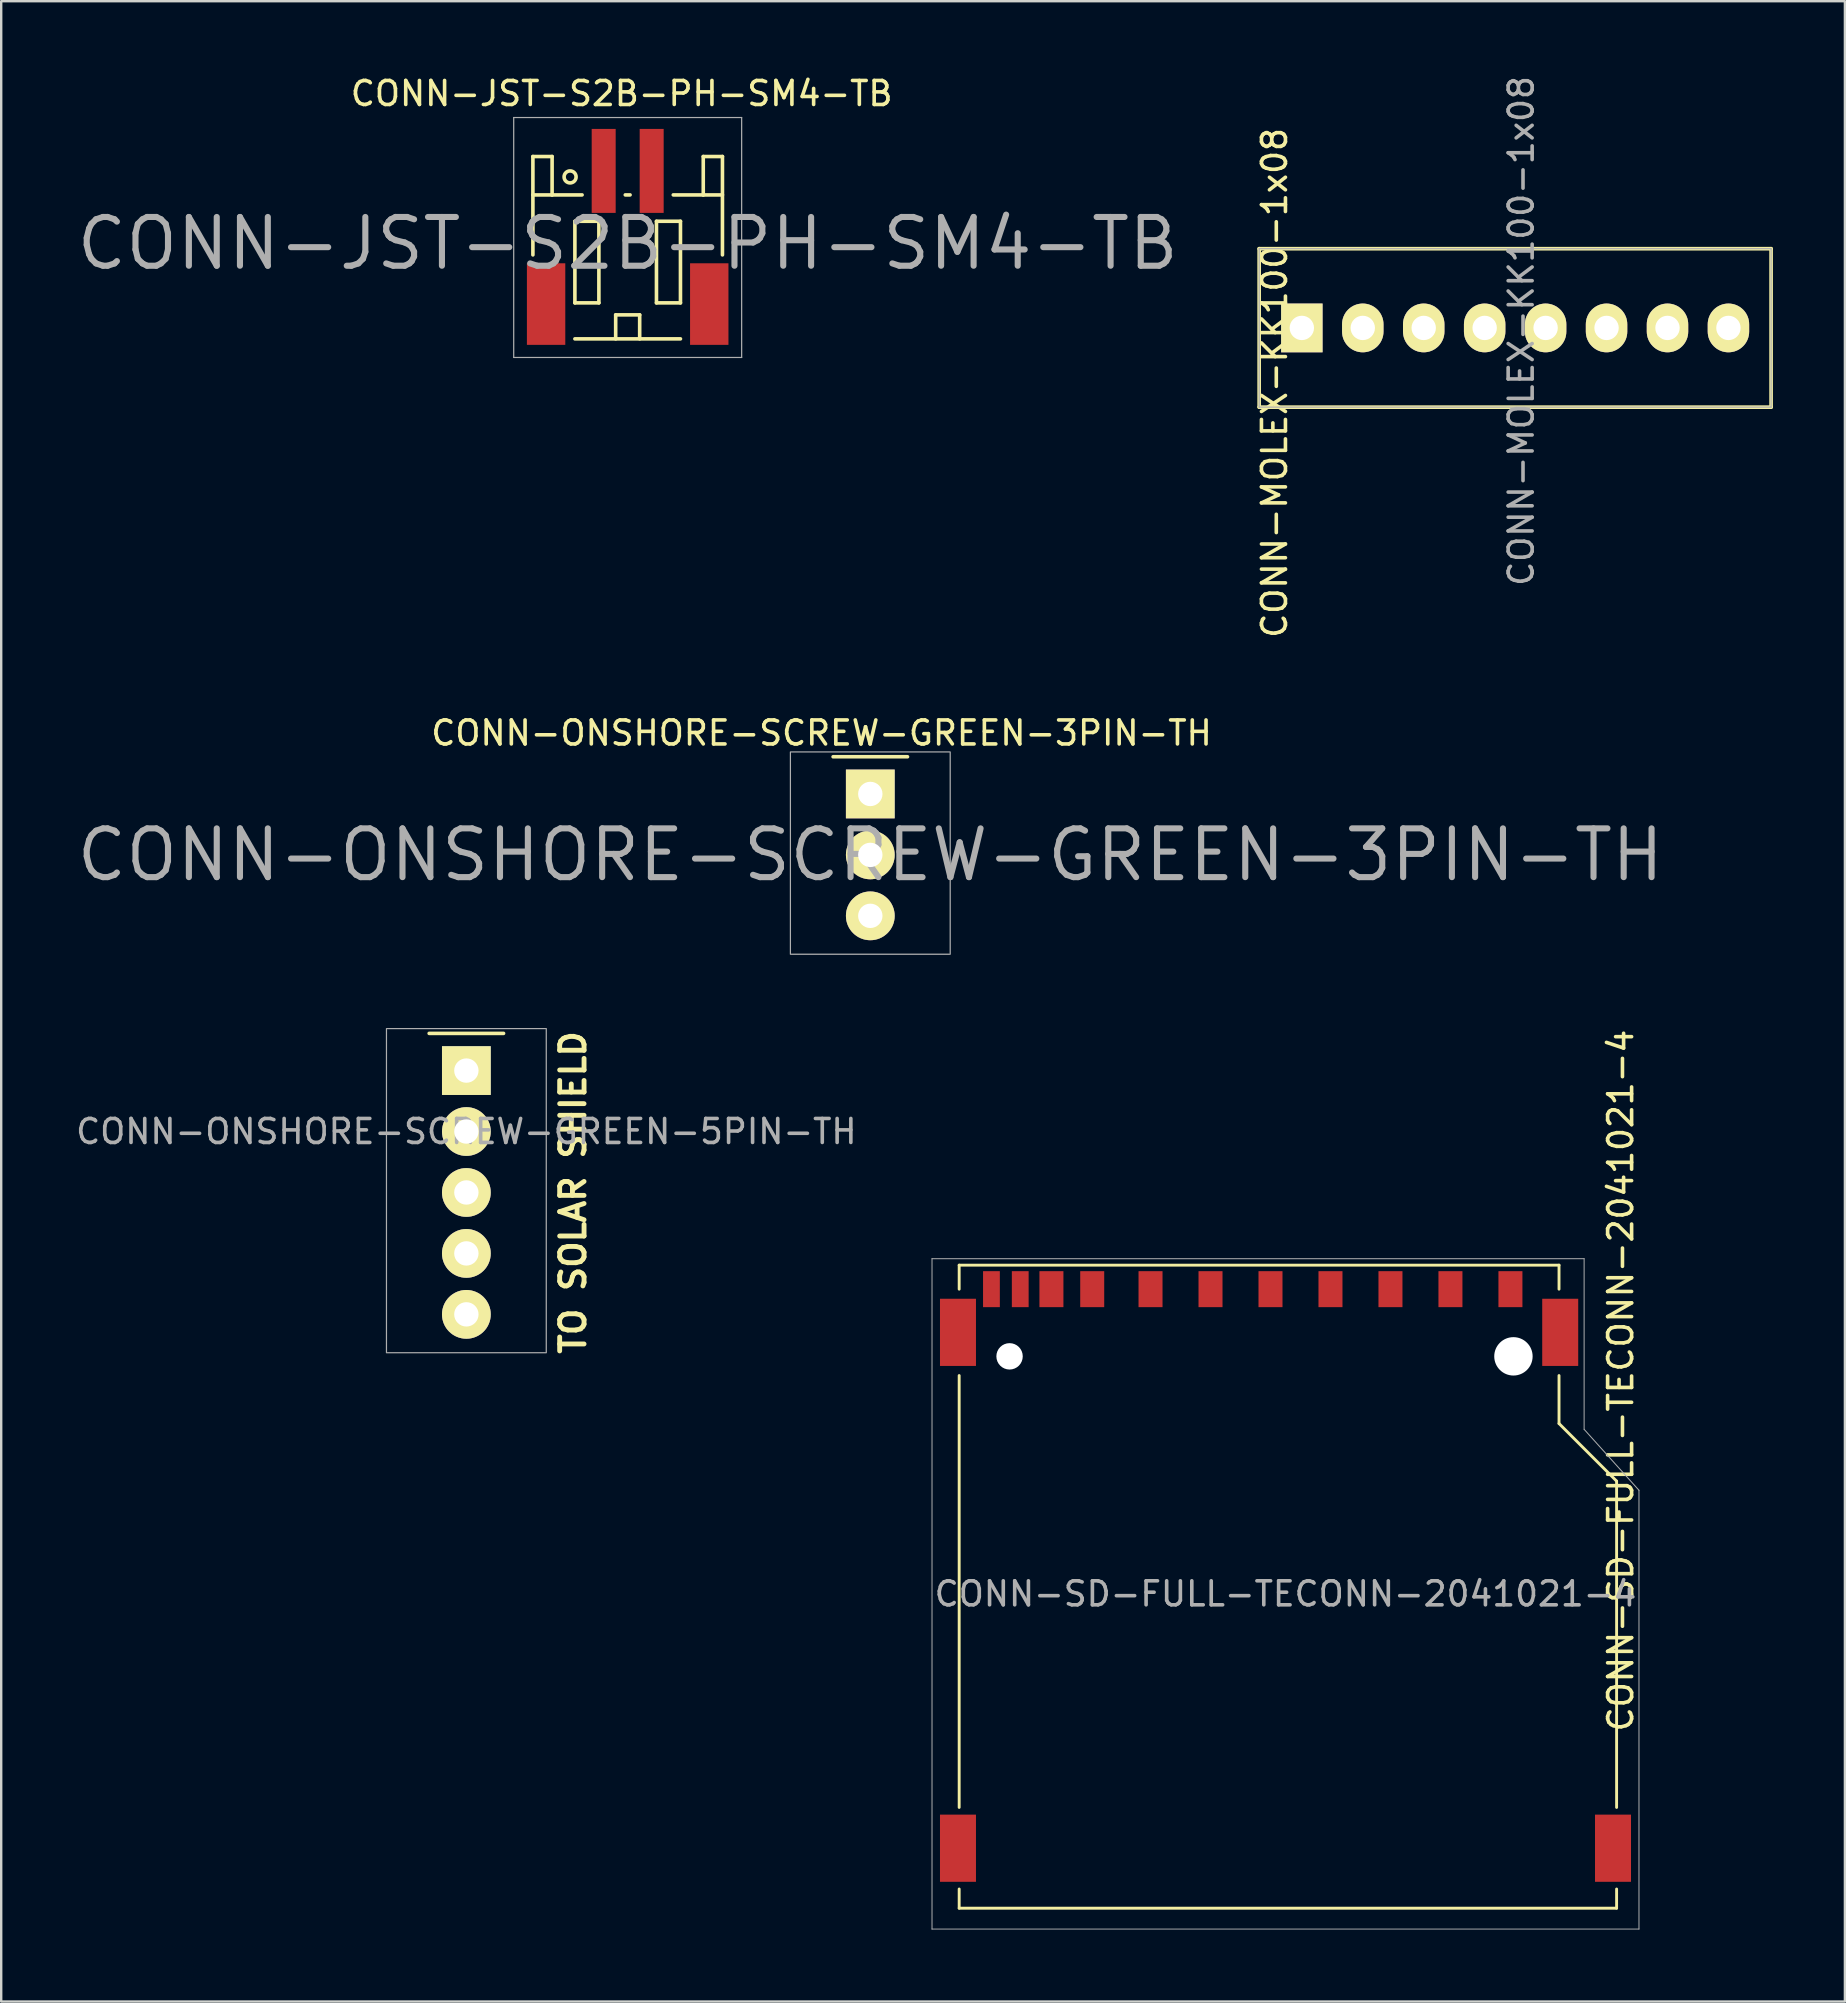
<source format=kicad_pcb>
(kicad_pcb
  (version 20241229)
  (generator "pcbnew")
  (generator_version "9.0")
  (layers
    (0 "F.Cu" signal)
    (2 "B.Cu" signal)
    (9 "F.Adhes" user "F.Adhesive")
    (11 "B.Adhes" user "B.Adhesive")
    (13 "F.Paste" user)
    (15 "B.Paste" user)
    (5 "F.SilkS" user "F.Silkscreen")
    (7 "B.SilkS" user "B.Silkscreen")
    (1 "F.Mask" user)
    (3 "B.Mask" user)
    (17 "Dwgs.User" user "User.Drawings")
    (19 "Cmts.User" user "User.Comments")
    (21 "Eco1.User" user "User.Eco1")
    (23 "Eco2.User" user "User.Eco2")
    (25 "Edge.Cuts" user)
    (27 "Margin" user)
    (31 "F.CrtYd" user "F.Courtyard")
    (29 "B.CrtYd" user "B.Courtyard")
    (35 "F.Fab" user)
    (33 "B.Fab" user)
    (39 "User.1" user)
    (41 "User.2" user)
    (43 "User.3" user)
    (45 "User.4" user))
  (footprint "CONN-ONSHORE-SCREW-GREEN-3PIN-TH"
    (layer "F.Cu")
    (at 33.222 30.04)
    (property "Reference" "CONN-ONSHORE-SCREW-GREEN-3PIN-TH" (at 0 2.54 0) (layer "F.Fab") (effects (font (size 2.032 2.032) (thickness 0.254))))
    (attr through_hole)
    (fp_line (start -1.55 -1.55) (end 1.55 -1.55) (stroke (width 0.15) (type solid)) (layer "F.SilkS"))
    (fp_line (start -3.33 -1.75) (end -3.33 6.68) (stroke (width 0.05) (type solid)) (layer "F.Fab"))
    (fp_line (start -3.3 -1.75) (end 3.3 -1.75) (stroke (width 0.05) (type solid)) (layer "F.Fab"))
    (fp_line (start -3.3 6.68) (end 3.3 6.68) (stroke (width 0.05) (type solid)) (layer "F.Fab"))
    (fp_line (start 3.33 -1.75) (end 3.33 6.68) (stroke (width 0.05) (type solid)) (layer "F.Fab"))
    (fp_circle (center 0 0) (end 0 0.254) (stroke (width 0.2) (type solid)) (fill no) (layer "F.Fab"))
    (fp_text user "${REFERENCE}" (at -2.032 -2.54 0) (layer "F.SilkS") (effects (font (size 1 1) (thickness 0.15))))
    (pad "1" thru_hole rect (at 0 0) (size 2.032 2.032) (drill 1.016) (layers "*.Cu" "*.Mask" "F.SilkS"))
    (pad "2" thru_hole oval (at 0 2.54) (size 2.032 2.032) (drill 1.016) (layers "*.Cu" "*.Mask" "F.SilkS"))
    (pad "3" thru_hole oval (at 0 5.08) (size 2.032 2.032) (drill 1.016) (layers "*.Cu" "*.Mask" "F.SilkS")))
  (footprint "CONN-ONSHORE-SCREW-GREEN-5PIN-TH"
    (layer "F.Cu")
    (at 16.387 41.569)
    (property "Reference" "CONN-ONSHORE-SCREW-GREEN-5PIN-TH" (at 0 2.54 0) (layer "F.Fab") (effects (font (size 1 1) (thickness 0.15))))
    (attr through_hole)
    (fp_line (start -1.55 -1.55) (end 1.55 -1.55) (stroke (width 0.15) (type solid)) (layer "F.SilkS"))
    (fp_line (start -3.33 -1.75) (end -3.33 11.76) (stroke (width 0.05) (type solid)) (layer "F.Fab"))
    (fp_line (start -3.3 -1.75) (end 3.3 -1.75) (stroke (width 0.05) (type solid)) (layer "F.Fab"))
    (fp_line (start -3.3 11.76) (end 3.3 11.76) (stroke (width 0.05) (type solid)) (layer "F.Fab"))
    (fp_line (start 3.33 -1.75) (end 3.33 11.76) (stroke (width 0.05) (type solid)) (layer "F.Fab"))
    (fp_circle (center 0 0) (end 0 0.254) (stroke (width 0.2) (type solid)) (fill no) (layer "F.Fab"))
    (fp_text user "TO SOLAR SHIELD" (at 4.445 5.08 270) (layer "F.SilkS") (effects (font (size 1.016 1.016) (thickness 0.203))))
    (pad "1" thru_hole rect (at 0 0) (size 2.032 2.032) (drill 1.016) (layers "*.Cu" "*.Mask" "F.SilkS"))
    (pad "2" thru_hole oval (at 0 2.54) (size 2.032 2.032) (drill 1.016) (layers "*.Cu" "*.Mask" "F.SilkS"))
    (pad "3" thru_hole oval (at 0 5.08) (size 2.032 2.032) (drill 1.016) (layers "*.Cu" "*.Mask" "F.SilkS"))
    (pad "4" thru_hole oval (at 0 7.62) (size 2.032 2.032) (drill 1.016) (layers "*.Cu" "*.Mask" "F.SilkS"))
    (pad "5" thru_hole oval (at 0 10.16) (size 2.032 2.032) (drill 1.016) (layers "*.Cu" "*.Mask" "F.SilkS")))
  (footprint "CONN-MOLEX-KK100-1x08"
    (layer "F.Cu")
    (at 51.207 10.617)
    (property "Reference" "CONN-MOLEX-KK100-1x08" (at 9.144 0.127 90) (layer "F.Fab") (effects (font (size 1 1) (thickness 0.15))))
    (attr through_hole)
    (fp_line (start -1.778 -3.302) (end -1.778 3.302) (stroke (width 0.152) (type solid)) (layer "F.SilkS"))
    (fp_line (start -1.778 3.302) (end 19.558 3.302) (stroke (width 0.152) (type solid)) (layer "F.SilkS"))
    (fp_line (start 19.558 -3.302) (end -1.778 -3.302) (stroke (width 0.152) (type solid)) (layer "F.SilkS"))
    (fp_line (start 19.558 3.302) (end 19.558 -3.302) (stroke (width 0.152) (type solid)) (layer "F.SilkS"))
    (fp_line (start -1.778 -3.302) (end -1.778 3.302) (stroke (width 0.05) (type solid)) (layer "F.Fab"))
    (fp_line (start -1.778 3.302) (end 19.558 3.302) (stroke (width 0.05) (type solid)) (layer "F.Fab"))
    (fp_line (start 19.558 -3.302) (end -1.778 -3.302) (stroke (width 0.05) (type solid)) (layer "F.Fab"))
    (fp_line (start 19.558 3.302) (end 19.558 -3.302) (stroke (width 0.05) (type solid)) (layer "F.Fab"))
    (fp_text user "${REFERENCE}" (at -1.138 2.291 90) (layer "F.SilkS") (effects (font (size 1 1) (thickness 0.15))))
    (pad "1" thru_hole rect (at 0 0) (size 1.727 2.032) (drill 1.016) (layers "*.Cu" "*.Mask" "F.SilkS"))
    (pad "2" thru_hole oval (at 2.54 0) (size 1.727 2.032) (drill 1.016) (layers "*.Cu" "*.Mask" "F.SilkS"))
    (pad "3" thru_hole oval (at 5.08 0) (size 1.727 2.032) (drill 1.016) (layers "*.Cu" "*.Mask" "F.SilkS"))
    (pad "4" thru_hole oval (at 7.62 0) (size 1.727 2.032) (drill 1.016) (layers "*.Cu" "*.Mask" "F.SilkS"))
    (pad "5" thru_hole oval (at 10.16 0) (size 1.727 2.032) (drill 1.016) (layers "*.Cu" "*.Mask" "F.SilkS"))
    (pad "6" thru_hole oval (at 12.7 0) (size 1.727 2.032) (drill 1.016) (layers "*.Cu" "*.Mask" "F.SilkS"))
    (pad "7" thru_hole oval (at 15.24 0) (size 1.727 2.032) (drill 1.016) (layers "*.Cu" "*.Mask" "F.SilkS"))
    (pad "8" thru_hole oval (at 17.78 0) (size 1.727 2.032) (drill 1.016) (layers "*.Cu" "*.Mask" "F.SilkS")))
  (footprint "CONN-JST-S2B-PH-SM4-TB"
    (layer "F.Cu")
    (at 23.11 6.848)
    (property "Reference" "CONN-JST-S2B-PH-SM4-TB" (at 0 0.25 0) (layer "F.Fab") (effects (font (size 2.032 2.032) (thickness 0.254))))
    (attr smd)
    (fp_line (start -3.95 -3.375) (end -3.95 0.725) (stroke (width 0.15) (type solid)) (layer "F.SilkS"))
    (fp_line (start -3.15 -3.375) (end -3.95 -3.375) (stroke (width 0.15) (type solid)) (layer "F.SilkS"))
    (fp_line (start -3.15 -1.775) (end -3.95 -1.775) (stroke (width 0.15) (type solid)) (layer "F.SilkS"))
    (fp_line (start -3.15 -1.775) (end -3.15 -3.375) (stroke (width 0.15) (type solid)) (layer "F.SilkS"))
    (fp_line (start -2.2 -0.675) (end -2.2 2.725) (stroke (width 0.15) (type solid)) (layer "F.SilkS"))
    (fp_line (start -2.2 2.725) (end -1.2 2.725) (stroke (width 0.15) (type solid)) (layer "F.SilkS"))
    (fp_line (start -2.2 4.225) (end 2.2 4.225) (stroke (width 0.15) (type solid)) (layer "F.SilkS"))
    (fp_line (start -1.9 -1.775) (end -3.15 -1.775) (stroke (width 0.15) (type solid)) (layer "F.SilkS"))
    (fp_line (start -1.2 -0.675) (end -2.2 -0.675) (stroke (width 0.15) (type solid)) (layer "F.SilkS"))
    (fp_line (start -1.2 2.725) (end -1.2 -0.675) (stroke (width 0.15) (type solid)) (layer "F.SilkS"))
    (fp_line (start -0.5 3.225) (end 0.5 3.225) (stroke (width 0.15) (type solid)) (layer "F.SilkS"))
    (fp_line (start -0.5 4.225) (end -0.5 3.225) (stroke (width 0.15) (type solid)) (layer "F.SilkS"))
    (fp_line (start -0.1 -1.775) (end 0.1 -1.775) (stroke (width 0.15) (type solid)) (layer "F.SilkS"))
    (fp_line (start 0.5 3.225) (end 0.5 4.225) (stroke (width 0.15) (type solid)) (layer "F.SilkS"))
    (fp_line (start 1.2 -0.675) (end 2.2 -0.675) (stroke (width 0.15) (type solid)) (layer "F.SilkS"))
    (fp_line (start 1.2 2.725) (end 1.2 -0.675) (stroke (width 0.15) (type solid)) (layer "F.SilkS"))
    (fp_line (start 1.9 -1.775) (end 3.15 -1.775) (stroke (width 0.15) (type solid)) (layer "F.SilkS"))
    (fp_line (start 2.2 -0.675) (end 2.2 2.725) (stroke (width 0.15) (type solid)) (layer "F.SilkS"))
    (fp_line (start 2.2 2.725) (end 1.2 2.725) (stroke (width 0.15) (type solid)) (layer "F.SilkS"))
    (fp_line (start 3.15 -3.375) (end 3.95 -3.375) (stroke (width 0.15) (type solid)) (layer "F.SilkS"))
    (fp_line (start 3.15 -1.775) (end 3.15 -3.375) (stroke (width 0.15) (type solid)) (layer "F.SilkS"))
    (fp_line (start 3.15 -1.775) (end 3.95 -1.775) (stroke (width 0.15) (type solid)) (layer "F.SilkS"))
    (fp_line (start 3.95 -3.375) (end 3.95 0.725) (stroke (width 0.15) (type solid)) (layer "F.SilkS"))
    (fp_circle (center -2.4 -2.525) (end -2.15 -2.525) (stroke (width 0.15) (type solid)) (fill no) (layer "F.SilkS"))
    (fp_line (start -4.75 -5) (end 4.75 -5) (stroke (width 0.051) (type solid)) (layer "F.Fab"))
    (fp_line (start -4.75 5) (end -4.75 -5) (stroke (width 0.051) (type solid)) (layer "F.Fab"))
    (fp_line (start 4.75 -5) (end 4.75 5) (stroke (width 0.051) (type solid)) (layer "F.Fab"))
    (fp_line (start 4.75 5) (end -4.75 5) (stroke (width 0.051) (type solid)) (layer "F.Fab"))
    (fp_text user "${REFERENCE}" (at -0.25 -6 0) (layer "F.SilkS") (effects (font (size 1 1) (thickness 0.15))))
    (pad "" smd rect (at -3.4 2.775) (size 1.6 3.4) (layers "F.Cu" "F.Mask" "F.Paste"))
    (pad "" smd rect (at 3.4 2.775) (size 1.6 3.4) (layers "F.Cu" "F.Mask" "F.Paste"))
    (pad "1" smd rect (at -1 -2.775) (size 1 3.5) (layers "F.Cu" "F.Mask" "F.Paste"))
    (pad "2" smd rect (at 1 -2.775) (size 1 3.5) (layers "F.Cu" "F.Mask" "F.Paste")))
  (footprint "CONN-SD-FULL-TECONN-2041021-4"
    (layer "F.Cu")
    (at 50.526 50.679)
    (property "Reference" "CONN-SD-FULL-TECONN-2041021-4" (at 0 12.7 0) (layer "F.Fab") (effects (font (size 1 1) (thickness 0.15))))
    (attr through_hole)
    (fp_line (start -13.6 -1) (end 11.4 -1) (stroke (width 0.12) (type solid)) (layer "F.SilkS"))
    (fp_line (start -13.6 0) (end -13.6 -1) (stroke (width 0.12) (type solid)) (layer "F.SilkS"))
    (fp_line (start -13.6 3.6) (end -13.6 21.6) (stroke (width 0.12) (type solid)) (layer "F.SilkS"))
    (fp_line (start -13.6 25) (end -13.6 25.8) (stroke (width 0.12) (type solid)) (layer "F.SilkS"))
    (fp_line (start -13.6 25.8) (end 13.8 25.8) (stroke (width 0.12) (type solid)) (layer "F.SilkS"))
    (fp_line (start 11.4 -1) (end 11.4 0) (stroke (width 0.12) (type solid)) (layer "F.SilkS"))
    (fp_line (start 11.4 3.6) (end 11.4 5.6) (stroke (width 0.12) (type solid)) (layer "F.SilkS"))
    (fp_line (start 11.4 5.6) (end 13.8 8) (stroke (width 0.12) (type solid)) (layer "F.SilkS"))
    (fp_line (start 13.8 8) (end 13.8 21.6) (stroke (width 0.12) (type solid)) (layer "F.SilkS"))
    (fp_line (start 13.8 25.8) (end 13.8 25) (stroke (width 0.12) (type solid)) (layer "F.SilkS"))
    (fp_line (start -14.732 -1.27) (end 12.446 -1.27) (stroke (width 0.041) (type solid)) (layer "F.Fab"))
    (fp_line (start -14.732 26.67) (end -14.732 -1.27) (stroke (width 0.041) (type solid)) (layer "F.Fab"))
    (fp_line (start 12.446 -1.27) (end 12.446 5.842) (stroke (width 0.041) (type solid)) (layer "F.Fab"))
    (fp_line (start 12.446 5.842) (end 14.732 8.382) (stroke (width 0.041) (type solid)) (layer "F.Fab"))
    (fp_line (start 14.732 8.382) (end 14.732 26.67) (stroke (width 0.041) (type solid)) (layer "F.Fab"))
    (fp_line (start 14.732 26.67) (end -14.732 26.67) (stroke (width 0.041) (type solid)) (layer "F.Fab"))
    (fp_text user "${REFERENCE}" (at 13.97 3.81 90) (layer "F.SilkS") (effects (font (size 1 1) (thickness 0.15))))
    (pad "" np_thru_hole circle (at -11.5 2.8) (size 1.1 1.1) (drill 1.1) (layers "*.Cu" "*.Mask"))
    (pad "" np_thru_hole circle (at 9.5 2.8) (size 1.6 1.6) (drill 1.6) (layers "*.Cu" "*.Mask"))
    (pad "1" smd rect (at 6.875 0) (size 1 1.5) (layers "F.Cu" "F.Mask" "F.Paste"))
    (pad "2" smd rect (at 4.375 0) (size 1 1.5) (layers "F.Cu" "F.Mask" "F.Paste"))
    (pad "3" smd rect (at 1.875 0) (size 1 1.5) (layers "F.Cu" "F.Mask" "F.Paste"))
    (pad "4" smd rect (at -0.625 0) (size 1 1.5) (layers "F.Cu" "F.Mask" "F.Paste"))
    (pad "5" smd rect (at -3.125 0) (size 1 1.5) (layers "F.Cu" "F.Mask" "F.Paste"))
    (pad "6" smd rect (at -5.625 0) (size 1 1.5) (layers "F.Cu" "F.Mask" "F.Paste"))
    (pad "7" smd rect (at -8.055 0) (size 1 1.5) (layers "F.Cu" "F.Mask" "F.Paste"))
    (pad "8" smd rect (at -9.755 0) (size 1 1.5) (layers "F.Cu" "F.Mask" "F.Paste"))
    (pad "9" smd rect (at 9.375 0) (size 1 1.5) (layers "F.Cu" "F.Mask" "F.Paste"))
    (pad "10" smd rect (at -11.055 0) (size 0.7 1.5) (layers "F.Cu" "F.Mask" "F.Paste"))
    (pad "11" smd rect (at -12.255 0) (size 0.7 1.5) (layers "F.Cu" "F.Mask" "F.Paste"))
    (pad "12" smd rect (at 11.45 1.8) (size 1.5 2.8) (layers "F.Cu" "F.Mask" "F.Paste"))
    (pad "13" smd rect (at 13.65 23.3) (size 1.5 2.8) (layers "F.Cu" "F.Mask" "F.Paste"))
    (pad "14" smd rect (at -13.65 23.3) (size 1.5 2.8) (layers "F.Cu" "F.Mask" "F.Paste"))
    (pad "15" smd rect (at -13.65 1.8) (size 1.5 2.8) (layers "F.Cu" "F.Mask" "F.Paste")))
  (gr_rect
    (start -3 -3)
    (end 73.841 80.37)
    (stroke (width 0.1) (type default))
    (fill no)
    (layer "Edge.Cuts")))
</source>
